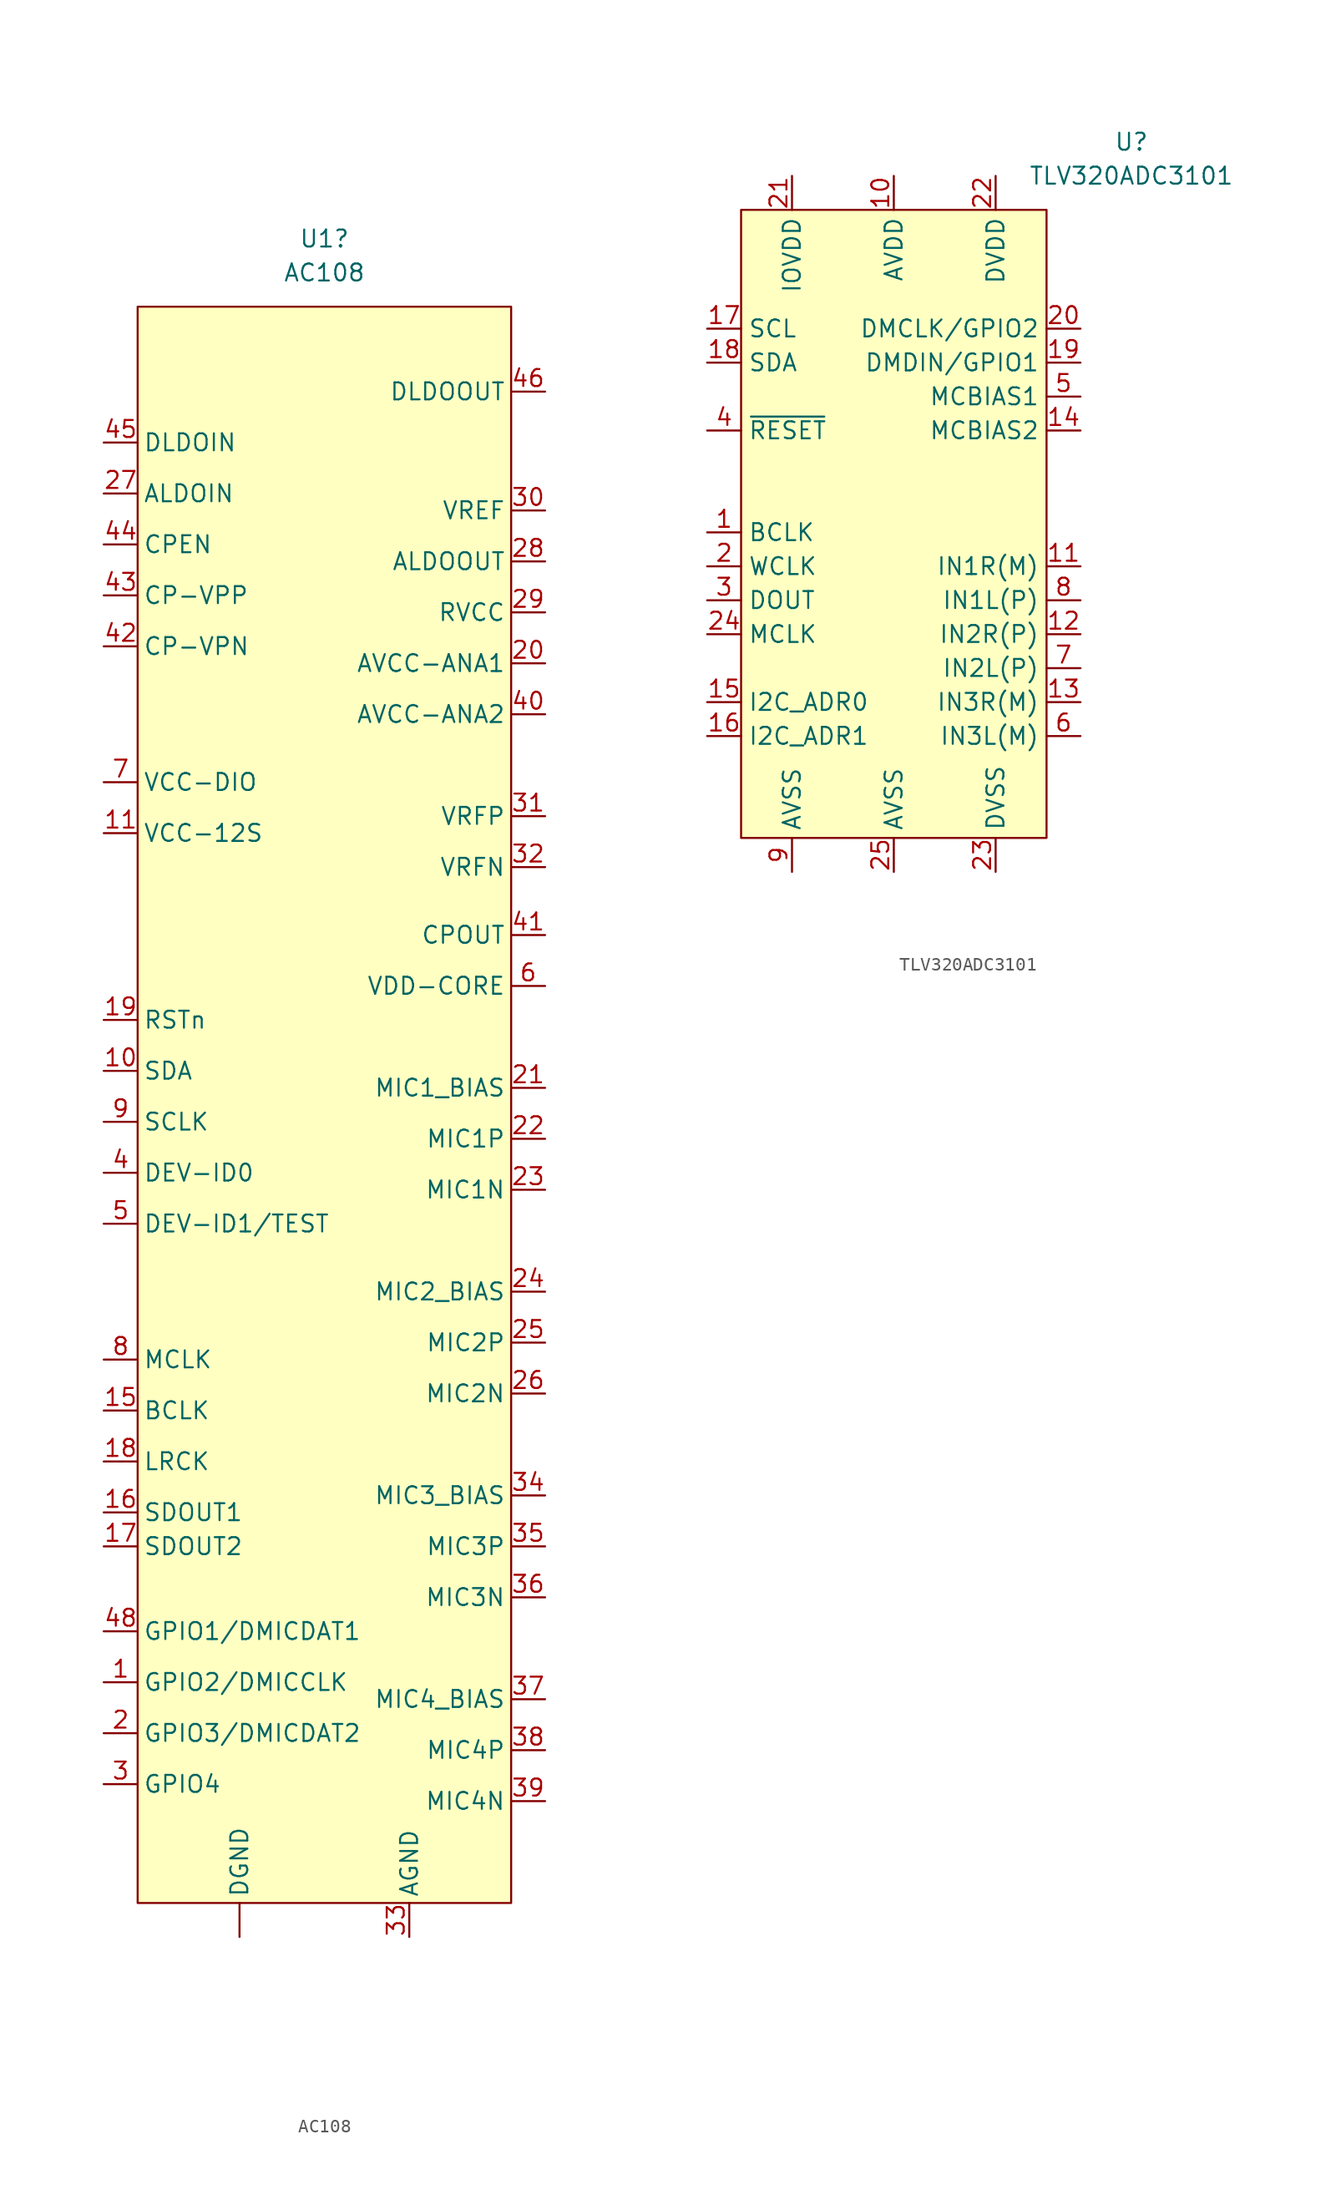
<source format=kicad_sym>
(kicad_symbol_lib
  (version 20231120)
  (generator "kicad_symbol_editor")
  (generator_version "8.0")
  (symbol "AC108"
    (pin_names
      (offset 0.4))
    (property "Reference" "U1"
      (at 0 60.96 0)
      (effects (font (size 1.27 1.27))))
    (property "Value" "AC108"
      (at 0 58.42 0)
      (effects (font (size 1.27 1.27))))
    (symbol "AC108_1_1"
      (rectangle (start -13.97 55.88) (end 13.97 -63.5) (stroke (width 0) (type default)) (fill (type background)))
      (pin power_in line (at -6.35 -66.04 90) (length 2.54) (name "DGND" (effects (font (size 1.27 1.27)))) (number "" (effects (font (size 1.27 1.27)))))
      (pin bidirectional line (at -16.51 -46.99 0) (length 2.54) (name "GPIO2/DMICCLK" (effects (font (size 1.27 1.27)))) (number "1" (effects (font (size 1.27 1.27)))))
      (pin bidirectional line (at -16.51 -1.27 0) (length 2.54) (name "SDA" (effects (font (size 1.27 1.27)))) (number "10" (effects (font (size 1.27 1.27)))))
      (pin power_in line (at -16.51 16.51 0) (length 2.54) (name "VCC-12S" (effects (font (size 1.27 1.27)))) (number "11" (effects (font (size 1.27 1.27)))))
      (pin bidirectional line (at -16.51 -26.67 0) (length 2.54) (name "BCLK" (effects (font (size 1.27 1.27)))) (number "15" (effects (font (size 1.27 1.27)))))
      (pin output line (at -16.51 -34.29 0) (length 2.54) (name "SDOUT1" (effects (font (size 1.27 1.27)))) (number "16" (effects (font (size 1.27 1.27)))))
      (pin output line (at -16.51 -36.83 0) (length 2.54) (name "SDOUT2" (effects (font (size 1.27 1.27)))) (number "17" (effects (font (size 1.27 1.27)))))
      (pin bidirectional line (at -16.51 -30.48 0) (length 2.54) (name "LRCK" (effects (font (size 1.27 1.27)))) (number "18" (effects (font (size 1.27 1.27)))))
      (pin input line (at -16.51 2.54 0) (length 2.54) (name "RSTn" (effects (font (size 1.27 1.27)))) (number "19" (effects (font (size 1.27 1.27)))))
      (pin bidirectional line (at -16.51 -50.8 0) (length 2.54) (name "GPIO3/DMICDAT2" (effects (font (size 1.27 1.27)))) (number "2" (effects (font (size 1.27 1.27)))))
      (pin power_in line (at 16.51 29.21 180) (length 2.54) (name "AVCC-ANA1" (effects (font (size 1.27 1.27)))) (number "20" (effects (font (size 1.27 1.27)))))
      (pin power_out line (at 16.51 -2.54 180) (length 2.54) (name "MIC1_BIAS" (effects (font (size 1.27 1.27)))) (number "21" (effects (font (size 1.27 1.27)))))
      (pin input line (at 16.51 -6.35 180) (length 2.54) (name "MIC1P" (effects (font (size 1.27 1.27)))) (number "22" (effects (font (size 1.27 1.27)))))
      (pin input line (at 16.51 -10.16 180) (length 2.54) (name "MIC1N" (effects (font (size 1.27 1.27)))) (number "23" (effects (font (size 1.27 1.27)))))
      (pin power_out line (at 16.51 -17.78 180) (length 2.54) (name "MIC2_BIAS" (effects (font (size 1.27 1.27)))) (number "24" (effects (font (size 1.27 1.27)))))
      (pin input line (at 16.51 -21.59 180) (length 2.54) (name "MIC2P" (effects (font (size 1.27 1.27)))) (number "25" (effects (font (size 1.27 1.27)))))
      (pin input line (at 16.51 -25.4 180) (length 2.54) (name "MIC2N" (effects (font (size 1.27 1.27)))) (number "26" (effects (font (size 1.27 1.27)))))
      (pin power_in line (at -16.51 41.91 0) (length 2.54) (name "ALDOIN" (effects (font (size 1.27 1.27)))) (number "27" (effects (font (size 1.27 1.27)))))
      (pin power_out line (at 16.51 36.83 180) (length 2.54) (name "ALDOOUT" (effects (font (size 1.27 1.27)))) (number "28" (effects (font (size 1.27 1.27)))))
      (pin power_in line (at 16.51 33.02 180) (length 2.54) (name "RVCC" (effects (font (size 1.27 1.27)))) (number "29" (effects (font (size 1.27 1.27)))))
      (pin bidirectional line (at -16.51 -54.61 0) (length 2.54) (name "GPIO4" (effects (font (size 1.27 1.27)))) (number "3" (effects (font (size 1.27 1.27)))))
      (pin output line (at 16.51 40.64 180) (length 2.54) (name "VREF" (effects (font (size 1.27 1.27)))) (number "30" (effects (font (size 1.27 1.27)))))
      (pin output line (at 16.51 17.78 180) (length 2.54) (name "VRFP" (effects (font (size 1.27 1.27)))) (number "31" (effects (font (size 1.27 1.27)))))
      (pin input line (at 16.51 13.97 180) (length 2.54) (name "VRFN" (effects (font (size 1.27 1.27)))) (number "32" (effects (font (size 1.27 1.27)))))
      (pin power_in line (at 6.35 -66.04 90) (length 2.54) (name "AGND" (effects (font (size 1.27 1.27)))) (number "33" (effects (font (size 1.27 1.27)))))
      (pin power_out line (at 16.51 -33.02 180) (length 2.54) (name "MIC3_BIAS" (effects (font (size 1.27 1.27)))) (number "34" (effects (font (size 1.27 1.27)))))
      (pin input line (at 16.51 -36.83 180) (length 2.54) (name "MIC3P" (effects (font (size 1.27 1.27)))) (number "35" (effects (font (size 1.27 1.27)))))
      (pin input line (at 16.51 -40.64 180) (length 2.54) (name "MIC3N" (effects (font (size 1.27 1.27)))) (number "36" (effects (font (size 1.27 1.27)))))
      (pin power_out line (at 16.51 -48.26 180) (length 2.54) (name "MIC4_BIAS" (effects (font (size 1.27 1.27)))) (number "37" (effects (font (size 1.27 1.27)))))
      (pin input line (at 16.51 -52.07 180) (length 2.54) (name "MIC4P" (effects (font (size 1.27 1.27)))) (number "38" (effects (font (size 1.27 1.27)))))
      (pin input line (at 16.51 -55.88 180) (length 2.54) (name "MIC4N" (effects (font (size 1.27 1.27)))) (number "39" (effects (font (size 1.27 1.27)))))
      (pin input line (at -16.51 -8.89 0) (length 2.54) (name "DEV-ID0" (effects (font (size 1.27 1.27)))) (number "4" (effects (font (size 1.27 1.27)))))
      (pin passive line (at 16.51 25.4 180) (length 2.54) (name "AVCC-ANA2" (effects (font (size 1.27 1.27)))) (number "40" (effects (font (size 1.27 1.27)))))
      (pin power_out line (at 16.51 8.89 180) (length 2.54) (name "CPOUT" (effects (font (size 1.27 1.27)))) (number "41" (effects (font (size 1.27 1.27)))))
      (pin bidirectional line (at -16.51 30.48 0) (length 2.54) (name "CP-VPN" (effects (font (size 1.27 1.27)))) (number "42" (effects (font (size 1.27 1.27)))))
      (pin bidirectional line (at -16.51 34.29 0) (length 2.54) (name "CP-VPP" (effects (font (size 1.27 1.27)))) (number "43" (effects (font (size 1.27 1.27)))))
      (pin input line (at -16.51 38.1 0) (length 2.54) (name "CPEN" (effects (font (size 1.27 1.27)))) (number "44" (effects (font (size 1.27 1.27)))))
      (pin power_in line (at -16.51 45.72 0) (length 2.54) (name "DLDOIN" (effects (font (size 1.27 1.27)))) (number "45" (effects (font (size 1.27 1.27)))))
      (pin power_out line (at 16.51 49.53 180) (length 2.54) (name "DLDOOUT" (effects (font (size 1.27 1.27)))) (number "46" (effects (font (size 1.27 1.27)))))
      (pin bidirectional line (at -16.51 -43.18 0) (length 2.54) (name "GPIO1/DMICDAT1" (effects (font (size 1.27 1.27)))) (number "48" (effects (font (size 1.27 1.27)))))
      (pin input line (at -16.51 -12.7 0) (length 2.54) (name "DEV-ID1/TEST" (effects (font (size 1.27 1.27)))) (number "5" (effects (font (size 1.27 1.27)))))
      (pin power_in line (at 16.51 5.08 180) (length 2.54) (name "VDD-CORE" (effects (font (size 1.27 1.27)))) (number "6" (effects (font (size 1.27 1.27)))))
      (pin power_in line (at -16.51 20.32 0) (length 2.54) (name "VCC-DIO" (effects (font (size 1.27 1.27)))) (number "7" (effects (font (size 1.27 1.27)))))
      (pin input line (at -16.51 -22.86 0) (length 2.54) (name "MCLK" (effects (font (size 1.27 1.27)))) (number "8" (effects (font (size 1.27 1.27)))))
      (pin input line (at -16.51 -5.08 0) (length 2.54) (name "SCLK" (effects (font (size 1.27 1.27)))) (number "9" (effects (font (size 1.27 1.27)))))))
  (symbol "TLV320ADC3101"
    (property "Reference" "U"
      (at 17.78 29.21 0)
      (effects (font (size 1.27 1.27))))
    (property "Value" "TLV320ADC3101"
      (at 17.78 26.67 0)
      (effects (font (size 1.27 1.27))))
    (symbol "TLV320ADC3101_0_0"
      (pin bidirectional line (at -13.97 0 0) (length 2.54) (name "BCLK" (effects (font (size 1.27 1.27)))) (number "1" (effects (font (size 1.27 1.27)))))
      (pin power_in line (at 0 26.67 270) (length 2.54) (name "AVDD" (effects (font (size 1.27 1.27)))) (number "10" (effects (font (size 1.27 1.27)))))
      (pin input line (at 13.97 -2.54 180) (length 2.54) (name "IN1R(M)" (effects (font (size 1.27 1.27)))) (number "11" (effects (font (size 1.27 1.27)))))
      (pin input line (at 13.97 -12.7 180) (length 2.54) (name "IN3R(M)" (effects (font (size 1.27 1.27)))) (number "13" (effects (font (size 1.27 1.27)))))
      (pin output line (at 13.97 7.62 180) (length 2.54) (name "MCBIAS2" (effects (font (size 1.27 1.27)))) (number "14" (effects (font (size 1.27 1.27)))))
      (pin input line (at -13.97 -12.7 0) (length 2.54) (name "I2C_ADR0" (effects (font (size 1.27 1.27)))) (number "15" (effects (font (size 1.27 1.27)))))
      (pin input line (at -13.97 -15.24 0) (length 2.54) (name "I2C_ADR1" (effects (font (size 1.27 1.27)))) (number "16" (effects (font (size 1.27 1.27)))))
      (pin bidirectional line (at -13.97 15.24 0) (length 2.54) (name "SCL" (effects (font (size 1.27 1.27)))) (number "17" (effects (font (size 1.27 1.27)))))
      (pin bidirectional line (at -13.97 12.7 0) (length 2.54) (name "SDA" (effects (font (size 1.27 1.27)))) (number "18" (effects (font (size 1.27 1.27)))))
      (pin bidirectional line (at 13.97 12.7 180) (length 2.54) (name "DMDIN/GPIO1" (effects (font (size 1.27 1.27)))) (number "19" (effects (font (size 1.27 1.27)))))
      (pin bidirectional line (at -13.97 -2.54 0) (length 2.54) (name "WCLK" (effects (font (size 1.27 1.27)))) (number "2" (effects (font (size 1.27 1.27)))))
      (pin output line (at 13.97 15.24 180) (length 2.54) (name "DMCLK/GPIO2" (effects (font (size 1.27 1.27)))) (number "20" (effects (font (size 1.27 1.27)))))
      (pin power_in line (at -7.62 26.67 270) (length 2.54) (name "IOVDD" (effects (font (size 1.27 1.27)))) (number "21" (effects (font (size 1.27 1.27)))))
      (pin power_in line (at 7.62 26.67 270) (length 2.54) (name "DVDD" (effects (font (size 1.27 1.27)))) (number "22" (effects (font (size 1.27 1.27)))))
      (pin power_in line (at 7.62 -25.4 90) (length 2.54) (name "DVSS" (effects (font (size 1.27 1.27)))) (number "23" (effects (font (size 1.27 1.27)))))
      (pin input line (at -13.97 -7.62 0) (length 2.54) (name "MCLK" (effects (font (size 1.27 1.27)))) (number "24" (effects (font (size 1.27 1.27)))))
      (pin power_in line (at 0 -25.4 90) (length 2.54) (name "AVSS" (effects (font (size 1.27 1.27)))) (number "25" (effects (font (size 1.27 1.27)))))
      (pin bidirectional line (at -13.97 -5.08 0) (length 2.54) (name "DOUT" (effects (font (size 1.27 1.27)))) (number "3" (effects (font (size 1.27 1.27)))))
      (pin input line (at -13.97 7.62 0) (length 2.54) (name "~{RESET}" (effects (font (size 1.27 1.27)))) (number "4" (effects (font (size 1.27 1.27)))))
      (pin output line (at 13.97 10.16 180) (length 2.54) (name "MCBIAS1" (effects (font (size 1.27 1.27)))) (number "5" (effects (font (size 1.27 1.27)))))
      (pin input line (at 13.97 -15.24 180) (length 2.54) (name "IN3L(M)" (effects (font (size 1.27 1.27)))) (number "6" (effects (font (size 1.27 1.27)))))
      (pin input line (at 13.97 -10.16 180) (length 2.54) (name "IN2L(P)" (effects (font (size 1.27 1.27)))) (number "7" (effects (font (size 1.27 1.27)))))
      (pin power_in line (at -7.62 -25.4 90) (length 2.54) (name "AVSS" (effects (font (size 1.27 1.27)))) (number "9" (effects (font (size 1.27 1.27))))))
    (symbol "TLV320ADC3101_1_0"
      (pin input line (at 13.97 -7.62 180) (length 2.54) (name "IN2R(P)" (effects (font (size 1.27 1.27)))) (number "12" (effects (font (size 1.27 1.27)))))
      (pin input line (at 13.97 -5.08 180) (length 2.54) (name "IN1L(P)" (effects (font (size 1.27 1.27)))) (number "8" (effects (font (size 1.27 1.27))))))
    (symbol "TLV320ADC3101_1_1"
      (rectangle (start -11.43 24.13) (end 11.43 -22.86) (stroke (width 0) (type default)) (fill (type background))))))
</source>
